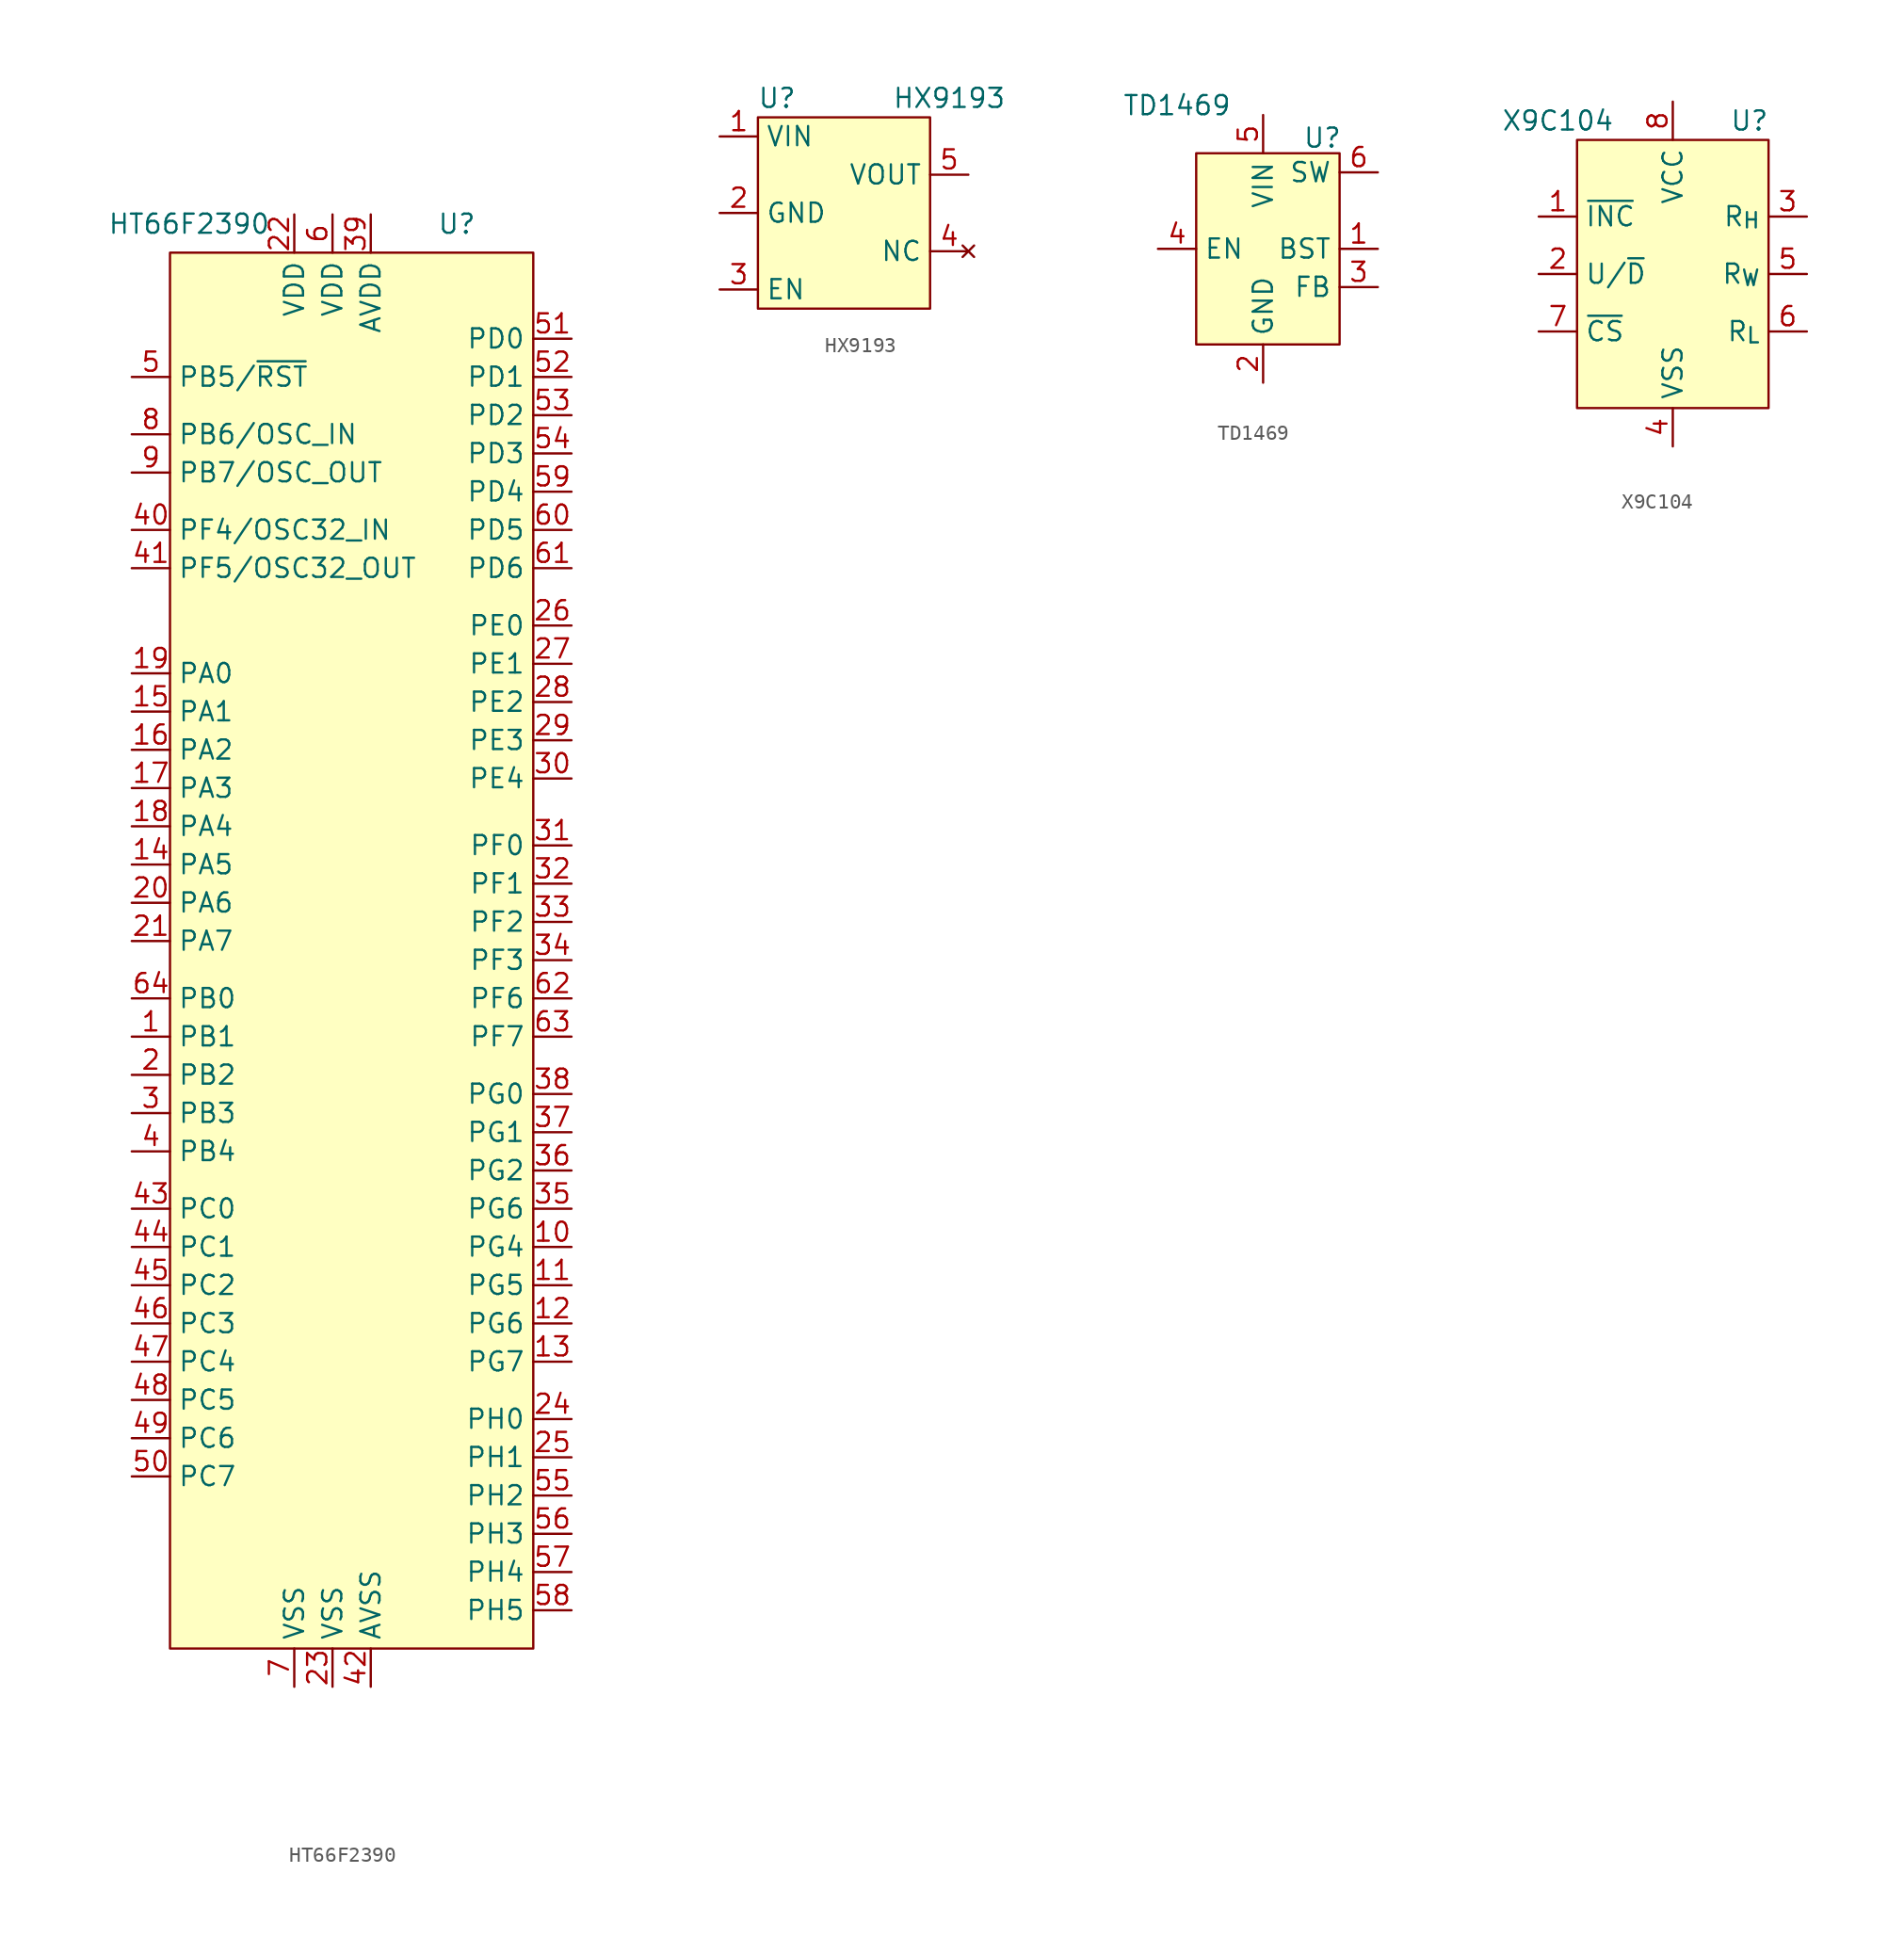
<source format=kicad_sym>
(kicad_symbol_lib
  (version 20211014)
  (generator kicad_symbol_editor)
  (symbol "HT66F2390"
    (property "Reference" "U"
      (at 3.81 49.53 0)
      (effects (font (size 1.27 1.27))))
    (property "Value" "HT66F2390"
      (at -13.97 49.53 0)
      (effects (font (size 1.27 1.27))))
    (symbol "HT66F2390_0_1"
      (rectangle (start -15.24 47.625) (end 8.89 -45.085) (stroke (width 0.152) (type default) (color 0 0 0 0)) (fill (type background))))
    (symbol "HT66F2390_1_1"
      (pin bidirectional line (at -17.78 -4.445 0) (length 2.54) (name "PB1" (effects (font (size 1.27 1.27)))) (number "1" (effects (font (size 1.27 1.27)))))
      (pin bidirectional line (at 11.43 -18.415 180) (length 2.54) (name "PG4" (effects (font (size 1.27 1.27)))) (number "10" (effects (font (size 1.27 1.27)))))
      (pin bidirectional line (at 11.43 -20.955 180) (length 2.54) (name "PG5" (effects (font (size 1.27 1.27)))) (number "11" (effects (font (size 1.27 1.27)))))
      (pin bidirectional line (at 11.43 -23.495 180) (length 2.54) (name "PG6" (effects (font (size 1.27 1.27)))) (number "12" (effects (font (size 1.27 1.27)))))
      (pin bidirectional line (at 11.43 -26.035 180) (length 2.54) (name "PG7" (effects (font (size 1.27 1.27)))) (number "13" (effects (font (size 1.27 1.27)))))
      (pin bidirectional line (at -17.78 6.985 0) (length 2.54) (name "PA5" (effects (font (size 1.27 1.27)))) (number "14" (effects (font (size 1.27 1.27)))))
      (pin bidirectional line (at -17.78 17.145 0) (length 2.54) (name "PA1" (effects (font (size 1.27 1.27)))) (number "15" (effects (font (size 1.27 1.27)))))
      (pin bidirectional line (at -17.78 14.605 0) (length 2.54) (name "PA2" (effects (font (size 1.27 1.27)))) (number "16" (effects (font (size 1.27 1.27)))))
      (pin bidirectional line (at -17.78 12.065 0) (length 2.54) (name "PA3" (effects (font (size 1.27 1.27)))) (number "17" (effects (font (size 1.27 1.27)))))
      (pin bidirectional line (at -17.78 9.525 0) (length 2.54) (name "PA4" (effects (font (size 1.27 1.27)))) (number "18" (effects (font (size 1.27 1.27)))))
      (pin bidirectional line (at -17.78 19.685 0) (length 2.54) (name "PA0" (effects (font (size 1.27 1.27)))) (number "19" (effects (font (size 1.27 1.27)))))
      (pin bidirectional line (at -17.78 -6.985 0) (length 2.54) (name "PB2" (effects (font (size 1.27 1.27)))) (number "2" (effects (font (size 1.27 1.27)))))
      (pin bidirectional line (at -17.78 4.445 0) (length 2.54) (name "PA6" (effects (font (size 1.27 1.27)))) (number "20" (effects (font (size 1.27 1.27)))))
      (pin bidirectional line (at -17.78 1.905 0) (length 2.54) (name "PA7" (effects (font (size 1.27 1.27)))) (number "21" (effects (font (size 1.27 1.27)))))
      (pin power_in line (at -6.985 50.165 270) (length 2.54) (name "VDD" (effects (font (size 1.27 1.27)))) (number "22" (effects (font (size 1.27 1.27)))))
      (pin power_in line (at -4.445 -47.625 90) (length 2.54) (name "VSS" (effects (font (size 1.27 1.27)))) (number "23" (effects (font (size 1.27 1.27)))))
      (pin bidirectional line (at 11.43 -29.845 180) (length 2.54) (name "PH0" (effects (font (size 1.27 1.27)))) (number "24" (effects (font (size 1.27 1.27)))))
      (pin bidirectional line (at 11.43 -32.385 180) (length 2.54) (name "PH1" (effects (font (size 1.27 1.27)))) (number "25" (effects (font (size 1.27 1.27)))))
      (pin bidirectional line (at 11.43 22.86 180) (length 2.54) (name "PE0" (effects (font (size 1.27 1.27)))) (number "26" (effects (font (size 1.27 1.27)))))
      (pin bidirectional line (at 11.43 20.32 180) (length 2.54) (name "PE1" (effects (font (size 1.27 1.27)))) (number "27" (effects (font (size 1.27 1.27)))))
      (pin bidirectional line (at 11.43 17.78 180) (length 2.54) (name "PE2" (effects (font (size 1.27 1.27)))) (number "28" (effects (font (size 1.27 1.27)))))
      (pin bidirectional line (at 11.43 15.24 180) (length 2.54) (name "PE3" (effects (font (size 1.27 1.27)))) (number "29" (effects (font (size 1.27 1.27)))))
      (pin bidirectional line (at -17.78 -9.525 0) (length 2.54) (name "PB3" (effects (font (size 1.27 1.27)))) (number "3" (effects (font (size 1.27 1.27)))))
      (pin bidirectional line (at 11.43 12.7 180) (length 2.54) (name "PE4" (effects (font (size 1.27 1.27)))) (number "30" (effects (font (size 1.27 1.27)))))
      (pin bidirectional line (at 11.43 8.255 180) (length 2.54) (name "PF0" (effects (font (size 1.27 1.27)))) (number "31" (effects (font (size 1.27 1.27)))))
      (pin bidirectional line (at 11.43 5.715 180) (length 2.54) (name "PF1" (effects (font (size 1.27 1.27)))) (number "32" (effects (font (size 1.27 1.27)))))
      (pin bidirectional line (at 11.43 3.175 180) (length 2.54) (name "PF2" (effects (font (size 1.27 1.27)))) (number "33" (effects (font (size 1.27 1.27)))))
      (pin bidirectional line (at 11.43 0.635 180) (length 2.54) (name "PF3" (effects (font (size 1.27 1.27)))) (number "34" (effects (font (size 1.27 1.27)))))
      (pin bidirectional line (at 11.43 -15.875 180) (length 2.54) (name "PG6" (effects (font (size 1.27 1.27)))) (number "35" (effects (font (size 1.27 1.27)))))
      (pin bidirectional line (at 11.43 -13.335 180) (length 2.54) (name "PG2" (effects (font (size 1.27 1.27)))) (number "36" (effects (font (size 1.27 1.27)))))
      (pin bidirectional line (at 11.43 -10.795 180) (length 2.54) (name "PG1" (effects (font (size 1.27 1.27)))) (number "37" (effects (font (size 1.27 1.27)))))
      (pin bidirectional line (at 11.43 -8.255 180) (length 2.54) (name "PG0" (effects (font (size 1.27 1.27)))) (number "38" (effects (font (size 1.27 1.27)))))
      (pin power_in line (at -1.905 50.165 270) (length 2.54) (name "AVDD" (effects (font (size 1.27 1.27)))) (number "39" (effects (font (size 1.27 1.27)))))
      (pin bidirectional line (at -17.78 -12.065 0) (length 2.54) (name "PB4" (effects (font (size 1.27 1.27)))) (number "4" (effects (font (size 1.27 1.27)))))
      (pin bidirectional line (at -17.78 29.21 0) (length 2.54) (name "PF4/OSC32_IN" (effects (font (size 1.27 1.27)))) (number "40" (effects (font (size 1.27 1.27)))))
      (pin bidirectional line (at -17.78 26.67 0) (length 2.54) (name "PF5/OSC32_OUT" (effects (font (size 1.27 1.27)))) (number "41" (effects (font (size 1.27 1.27)))))
      (pin power_in line (at -1.905 -47.625 90) (length 2.54) (name "AVSS" (effects (font (size 1.27 1.27)))) (number "42" (effects (font (size 1.27 1.27)))))
      (pin bidirectional line (at -17.78 -15.875 0) (length 2.54) (name "PC0" (effects (font (size 1.27 1.27)))) (number "43" (effects (font (size 1.27 1.27)))))
      (pin bidirectional line (at -17.78 -18.415 0) (length 2.54) (name "PC1" (effects (font (size 1.27 1.27)))) (number "44" (effects (font (size 1.27 1.27)))))
      (pin bidirectional line (at -17.78 -20.955 0) (length 2.54) (name "PC2" (effects (font (size 1.27 1.27)))) (number "45" (effects (font (size 1.27 1.27)))))
      (pin bidirectional line (at -17.78 -23.495 0) (length 2.54) (name "PC3" (effects (font (size 1.27 1.27)))) (number "46" (effects (font (size 1.27 1.27)))))
      (pin bidirectional line (at -17.78 -26.035 0) (length 2.54) (name "PC4" (effects (font (size 1.27 1.27)))) (number "47" (effects (font (size 1.27 1.27)))))
      (pin bidirectional line (at -17.78 -28.575 0) (length 2.54) (name "PC5" (effects (font (size 1.27 1.27)))) (number "48" (effects (font (size 1.27 1.27)))))
      (pin bidirectional line (at -17.78 -31.115 0) (length 2.54) (name "PC6" (effects (font (size 1.27 1.27)))) (number "49" (effects (font (size 1.27 1.27)))))
      (pin bidirectional line (at -17.78 39.37 0) (length 2.54) (name "PB5/~{RST}" (effects (font (size 1.27 1.27)))) (number "5" (effects (font (size 1.27 1.27)))))
      (pin bidirectional line (at -17.78 -33.655 0) (length 2.54) (name "PC7" (effects (font (size 1.27 1.27)))) (number "50" (effects (font (size 1.27 1.27)))))
      (pin bidirectional line (at 11.43 41.91 180) (length 2.54) (name "PD0" (effects (font (size 1.27 1.27)))) (number "51" (effects (font (size 1.27 1.27)))))
      (pin bidirectional line (at 11.43 39.37 180) (length 2.54) (name "PD1" (effects (font (size 1.27 1.27)))) (number "52" (effects (font (size 1.27 1.27)))))
      (pin bidirectional line (at 11.43 36.83 180) (length 2.54) (name "PD2" (effects (font (size 1.27 1.27)))) (number "53" (effects (font (size 1.27 1.27)))))
      (pin bidirectional line (at 11.43 34.29 180) (length 2.54) (name "PD3" (effects (font (size 1.27 1.27)))) (number "54" (effects (font (size 1.27 1.27)))))
      (pin bidirectional line (at 11.43 -34.925 180) (length 2.54) (name "PH2" (effects (font (size 1.27 1.27)))) (number "55" (effects (font (size 1.27 1.27)))))
      (pin bidirectional line (at 11.43 -37.465 180) (length 2.54) (name "PH3" (effects (font (size 1.27 1.27)))) (number "56" (effects (font (size 1.27 1.27)))))
      (pin bidirectional line (at 11.43 -40.005 180) (length 2.54) (name "PH4" (effects (font (size 1.27 1.27)))) (number "57" (effects (font (size 1.27 1.27)))))
      (pin bidirectional line (at 11.43 -42.545 180) (length 2.54) (name "PH5" (effects (font (size 1.27 1.27)))) (number "58" (effects (font (size 1.27 1.27)))))
      (pin bidirectional line (at 11.43 31.75 180) (length 2.54) (name "PD4" (effects (font (size 1.27 1.27)))) (number "59" (effects (font (size 1.27 1.27)))))
      (pin power_in line (at -4.445 50.165 270) (length 2.54) (name "VDD" (effects (font (size 1.27 1.27)))) (number "6" (effects (font (size 1.27 1.27)))))
      (pin bidirectional line (at 11.43 29.21 180) (length 2.54) (name "PD5" (effects (font (size 1.27 1.27)))) (number "60" (effects (font (size 1.27 1.27)))))
      (pin bidirectional line (at 11.43 26.67 180) (length 2.54) (name "PD6" (effects (font (size 1.27 1.27)))) (number "61" (effects (font (size 1.27 1.27)))))
      (pin bidirectional line (at 11.43 -1.905 180) (length 2.54) (name "PF6" (effects (font (size 1.27 1.27)))) (number "62" (effects (font (size 1.27 1.27)))))
      (pin bidirectional line (at 11.43 -4.445 180) (length 2.54) (name "PF7" (effects (font (size 1.27 1.27)))) (number "63" (effects (font (size 1.27 1.27)))))
      (pin bidirectional line (at -17.78 -1.905 0) (length 2.54) (name "PB0" (effects (font (size 1.27 1.27)))) (number "64" (effects (font (size 1.27 1.27)))))
      (pin power_in line (at -6.985 -47.625 90) (length 2.54) (name "VSS" (effects (font (size 1.27 1.27)))) (number "7" (effects (font (size 1.27 1.27)))))
      (pin bidirectional line (at -17.78 35.56 0) (length 2.54) (name "PB6/OSC_IN" (effects (font (size 1.27 1.27)))) (number "8" (effects (font (size 1.27 1.27)))))
      (pin bidirectional line (at -17.78 33.02 0) (length 2.54) (name "PB7/OSC_OUT" (effects (font (size 1.27 1.27)))) (number "9" (effects (font (size 1.27 1.27)))))))
  (symbol "HX9193"
    (property "Reference" "U"
      (at -5.08 7.62 0)
      (effects (font (size 1.27 1.27))))
    (property "Value" "HX9193"
      (at 6.35 7.62 0)
      (effects (font (size 1.27 1.27))))
    (symbol "HX9193_0_1"
      (rectangle (start -6.35 6.35) (end 5.08 -6.35) (stroke (width 0) (type default) (color 0 0 0 0)) (fill (type background))))
    (symbol "HX9193_1_1"
      (pin power_in line (at -8.89 5.08 0) (length 2.54) (name "VIN" (effects (font (size 1.27 1.27)))) (number "1" (effects (font (size 1.27 1.27)))))
      (pin passive line (at -8.89 0 0) (length 2.54) (name "GND" (effects (font (size 1.27 1.27)))) (number "2" (effects (font (size 1.27 1.27)))))
      (pin input line (at -8.89 -5.08 0) (length 2.54) (name "EN" (effects (font (size 1.27 1.27)))) (number "3" (effects (font (size 1.27 1.27)))))
      (pin no_connect line (at 7.62 -2.54 180) (length 2.54) (name "NC" (effects (font (size 1.27 1.27)))) (number "4" (effects (font (size 1.27 1.27)))))
      (pin power_out line (at 7.62 2.54 180) (length 2.54) (name "VOUT" (effects (font (size 1.27 1.27)))) (number "5" (effects (font (size 1.27 1.27)))))))
  (symbol "TD1469"
    (property "Reference" "U"
      (at 3.302 6.096 0)
      (effects (font (size 1.27 1.27))))
    (property "Value" "TD1469"
      (at -6.35 8.255 0)
      (effects (font (size 1.27 1.27))))
    (symbol "TD1469_0_1"
      (rectangle (start -5.08 5.08) (end 4.445 -7.62) (stroke (width 0.152) (type default) (color 0 0 0 0)) (fill (type background))))
    (symbol "TD1469_1_1"
      (pin input line (at 6.985 -1.27 180) (length 2.54) (name "BST" (effects (font (size 1.27 1.27)))) (number "1" (effects (font (size 1.27 1.27)))))
      (pin power_in line (at -0.635 -10.16 90) (length 2.54) (name "GND" (effects (font (size 1.27 1.27)))) (number "2" (effects (font (size 1.27 1.27)))))
      (pin input line (at 6.985 -3.81 180) (length 2.54) (name "FB" (effects (font (size 1.27 1.27)))) (number "3" (effects (font (size 1.27 1.27)))))
      (pin input line (at -7.62 -1.27 0) (length 2.54) (name "EN" (effects (font (size 1.27 1.27)))) (number "4" (effects (font (size 1.27 1.27)))))
      (pin power_in line (at -0.635 7.62 270) (length 2.54) (name "VIN" (effects (font (size 1.27 1.27)))) (number "5" (effects (font (size 1.27 1.27)))))
      (pin output line (at 6.985 3.81 180) (length 2.54) (name "SW" (effects (font (size 1.27 1.27)))) (number "6" (effects (font (size 1.27 1.27)))))))
  (symbol "X9C104"
    (property "Reference" "U"
      (at 5.08 5.08 0)
      (effects (font (size 1.27 1.27))))
    (property "Value" "X9C104"
      (at -7.62 5.08 0)
      (effects (font (size 1.27 1.27))))
    (symbol "X9C104_0_1"
      (rectangle (start -6.35 3.81) (end 6.35 -13.97) (stroke (width 0.152) (type default) (color 0 0 0 0)) (fill (type background))))
    (symbol "X9C104_1_1"
      (pin input line (at -8.89 -1.27 0) (length 2.54) (name "~{INC}" (effects (font (size 1.27 1.27)))) (number "1" (effects (font (size 1.27 1.27)))))
      (pin input line (at -8.89 -5.08 0) (length 2.54) (name "U/~{D}" (effects (font (size 1.27 1.27)))) (number "2" (effects (font (size 1.27 1.27)))))
      (pin passive line (at 8.89 -1.27 180) (length 2.54) (name "R_{H}" (effects (font (size 1.27 1.27)))) (number "3" (effects (font (size 1.27 1.27)))))
      (pin power_in line (at 0 -16.51 90) (length 2.54) (name "VSS" (effects (font (size 1.27 1.27)))) (number "4" (effects (font (size 1.27 1.27)))))
      (pin passive line (at 8.89 -5.08 180) (length 2.54) (name "R_{W}" (effects (font (size 1.27 1.27)))) (number "5" (effects (font (size 1.27 1.27)))))
      (pin passive line (at 8.89 -8.89 180) (length 2.54) (name "R_{L}" (effects (font (size 1.27 1.27)))) (number "6" (effects (font (size 1.27 1.27)))))
      (pin input line (at -8.89 -8.89 0) (length 2.54) (name "~{CS}" (effects (font (size 1.27 1.27)))) (number "7" (effects (font (size 1.27 1.27)))))
      (pin power_in line (at 0 6.35 270) (length 2.54) (name "VCC" (effects (font (size 1.27 1.27)))) (number "8" (effects (font (size 1.27 1.27))))))))
</source>
